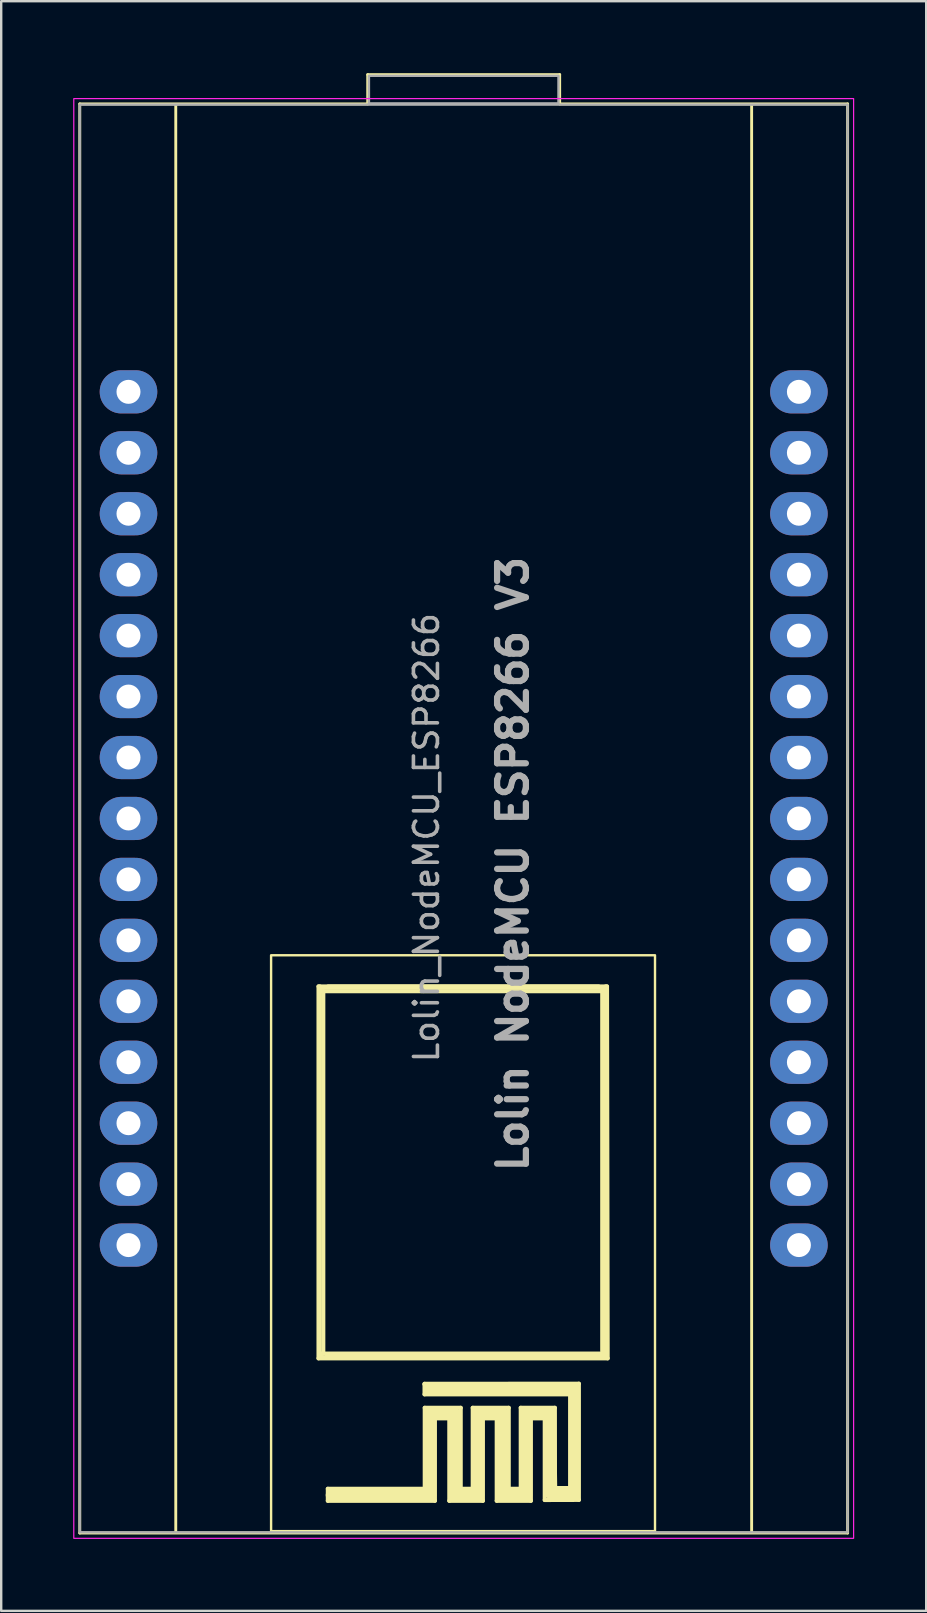
<source format=kicad_pcb>
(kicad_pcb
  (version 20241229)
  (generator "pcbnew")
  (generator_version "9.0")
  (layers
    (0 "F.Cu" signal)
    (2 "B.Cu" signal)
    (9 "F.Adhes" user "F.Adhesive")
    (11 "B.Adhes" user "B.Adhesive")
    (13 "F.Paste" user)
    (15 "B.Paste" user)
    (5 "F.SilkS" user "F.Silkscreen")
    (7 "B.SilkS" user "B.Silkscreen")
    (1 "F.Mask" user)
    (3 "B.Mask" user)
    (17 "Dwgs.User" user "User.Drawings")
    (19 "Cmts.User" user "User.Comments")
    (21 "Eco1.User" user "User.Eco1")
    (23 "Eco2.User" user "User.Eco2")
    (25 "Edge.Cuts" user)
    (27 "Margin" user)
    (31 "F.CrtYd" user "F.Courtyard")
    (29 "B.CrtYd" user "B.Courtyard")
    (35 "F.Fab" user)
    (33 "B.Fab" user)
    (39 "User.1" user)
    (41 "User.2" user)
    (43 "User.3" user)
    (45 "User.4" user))
  (footprint "Lolin_NodeMCU_ESP8266"
    (layer "F.Cu")
    (at 16.275 31.06)
    (property "Reference" "Lolin_NodeMCU_ESP8266" (at -1.55 0.8 90) (layer "F.Fab") (effects (font (size 1 1) (thickness 0.15))))
    (attr through_hole)
    (fp_line (start -16 -29.78) (end -16 29.78) (stroke (width 0.12) (type solid)) (layer "F.SilkS"))
    (fp_line (start -16 29.78) (end 16 29.78) (stroke (width 0.12) (type solid)) (layer "F.SilkS"))
    (fp_line (start -12 -29.75) (end -12 29.75) (stroke (width 0.12) (type solid)) (layer "F.SilkS"))
    (fp_line (start -6.051 7) (end -6.051 22.5) (stroke (width 0.17) (type solid)) (layer "F.SilkS"))
    (fp_line (start -6.051 7) (end 5.624 7) (stroke (width 0.17) (type solid)) (layer "F.SilkS"))
    (fp_line (start -6.051 22.5) (end 6 22.5) (stroke (width 0.17) (type solid)) (layer "F.SilkS"))
    (fp_line (start -6 7.2) (end 5.773 7.2) (stroke (width 0.17) (type solid)) (layer "F.SilkS"))
    (fp_line (start -6 22.4) (end -5.751 22.441) (stroke (width 0.12) (type solid)) (layer "F.SilkS"))
    (fp_line (start -5.992 7) (end -6 22.4) (stroke (width 0.17) (type solid)) (layer "F.SilkS"))
    (fp_line (start -5.851 22.3) (end -5.851 7.2) (stroke (width 0.17) (type solid)) (layer "F.SilkS"))
    (fp_line (start -5.751 22.441) (end 5.9 22.441) (stroke (width 0.17) (type solid)) (layer "F.SilkS"))
    (fp_line (start -5.663 27.936) (end -5.663 28.437) (stroke (width 0.17) (type solid)) (layer "F.SilkS"))
    (fp_line (start -5.663 28.437) (end -1.2 28.437) (stroke (width 0.17) (type solid)) (layer "F.SilkS"))
    (fp_line (start -4 -31) (end -4 -29.78) (stroke (width 0.12) (type solid)) (layer "F.SilkS"))
    (fp_line (start -4 -29.78) (end -16 -29.78) (stroke (width 0.12) (type solid)) (layer "F.SilkS"))
    (fp_line (start -1.632 23.561) (end -1.632 23.587) (stroke (width 0.17) (type solid)) (layer "F.SilkS"))
    (fp_line (start -1.632 23.587) (end -1.632 24) (stroke (width 0.17) (type solid)) (layer "F.SilkS"))
    (fp_line (start -1.632 24) (end 4.378 24) (stroke (width 0.17) (type solid)) (layer "F.SilkS"))
    (fp_line (start -1.624 24.561) (end -1.624 27.936) (stroke (width 0.17) (type solid)) (layer "F.SilkS"))
    (fp_line (start -1.624 27.936) (end -5.663 27.936) (stroke (width 0.17) (type solid)) (layer "F.SilkS"))
    (fp_line (start -1.4 23.8) (end 4.6 23.8) (stroke (width 0.5) (type solid)) (layer "F.SilkS"))
    (fp_line (start -1.4 24.8) (end -1.4 28.2) (stroke (width 0.5) (type solid)) (layer "F.SilkS"))
    (fp_line (start -1.4 28.2) (end -5.5 28.2) (stroke (width 0.5) (type solid)) (layer "F.SilkS"))
    (fp_line (start -1.2 28.437) (end -1.2 25.062) (stroke (width 0.17) (type solid)) (layer "F.SilkS"))
    (fp_line (start -1.124 25) (end -0.624 25) (stroke (width 0.17) (type solid)) (layer "F.SilkS"))
    (fp_line (start -0.6 25.062) (end -0.6 28.437) (stroke (width 0.17) (type solid)) (layer "F.SilkS"))
    (fp_line (start -0.6 28.437) (end 0.8 28.437) (stroke (width 0.17) (type solid)) (layer "F.SilkS"))
    (fp_line (start -0.4 24.8) (end -1.4 24.8) (stroke (width 0.5) (type solid)) (layer "F.SilkS"))
    (fp_line (start -0.4 28.2) (end -0.4 24.8) (stroke (width 0.5) (type solid)) (layer "F.SilkS"))
    (fp_line (start -0.124 24.561) (end -1.624 24.561) (stroke (width 0.17) (type solid)) (layer "F.SilkS"))
    (fp_line (start -0.124 27.936) (end -0.124 24.561) (stroke (width 0.17) (type solid)) (layer "F.SilkS"))
    (fp_line (start 0.376 24.561) (end 0.376 27.936) (stroke (width 0.17) (type solid)) (layer "F.SilkS"))
    (fp_line (start 0.376 27.936) (end -0.124 27.936) (stroke (width 0.17) (type solid)) (layer "F.SilkS"))
    (fp_line (start 0.6 24.8) (end 0.6 28.2) (stroke (width 0.5) (type solid)) (layer "F.SilkS"))
    (fp_line (start 0.6 28.2) (end -0.4 28.2) (stroke (width 0.5) (type solid)) (layer "F.SilkS"))
    (fp_line (start 0.8 28.437) (end 0.8 25.062) (stroke (width 0.17) (type solid)) (layer "F.SilkS"))
    (fp_line (start 0.877 25) (end 1.376 25) (stroke (width 0.17) (type solid)) (layer "F.SilkS"))
    (fp_line (start 1.376 25.062) (end 1.376 28.437) (stroke (width 0.17) (type solid)) (layer "F.SilkS"))
    (fp_line (start 1.376 28.437) (end 2.8 28.437) (stroke (width 0.17) (type solid)) (layer "F.SilkS"))
    (fp_line (start 1.6 24.8) (end 0.6 24.8) (stroke (width 0.5) (type solid)) (layer "F.SilkS"))
    (fp_line (start 1.6 28.2) (end 1.6 24.8) (stroke (width 0.5) (type solid)) (layer "F.SilkS"))
    (fp_line (start 1.877 24.561) (end 0.376 24.561) (stroke (width 0.17) (type solid)) (layer "F.SilkS"))
    (fp_line (start 1.877 27.936) (end 1.877 24.561) (stroke (width 0.17) (type solid)) (layer "F.SilkS"))
    (fp_line (start 2.377 24.561) (end 2.377 27.936) (stroke (width 0.17) (type solid)) (layer "F.SilkS"))
    (fp_line (start 2.377 27.936) (end 1.877 27.936) (stroke (width 0.17) (type solid)) (layer "F.SilkS"))
    (fp_line (start 2.6 24.8) (end 2.6 28.2) (stroke (width 0.5) (type solid)) (layer "F.SilkS"))
    (fp_line (start 2.6 28.2) (end 1.6 28.2) (stroke (width 0.5) (type solid)) (layer "F.SilkS"))
    (fp_line (start 2.8 28.437) (end 2.8 25.062) (stroke (width 0.17) (type solid)) (layer "F.SilkS"))
    (fp_line (start 2.878 25) (end 3.377 25) (stroke (width 0.17) (type solid)) (layer "F.SilkS"))
    (fp_line (start 3.377 25.062) (end 3.377 28.404) (stroke (width 0.17) (type solid)) (layer "F.SilkS"))
    (fp_line (start 3.377 28.404) (end 4.8 28.4) (stroke (width 0.17) (type solid)) (layer "F.SilkS"))
    (fp_line (start 3.5 24.8) (end 2.6 24.8) (stroke (width 0.5) (type solid)) (layer "F.SilkS"))
    (fp_line (start 3.6 24.9) (end 3.5 24.8) (stroke (width 0.12) (type solid)) (layer "F.SilkS"))
    (fp_line (start 3.65 28.05) (end 3.6 24.8) (stroke (width 0.5) (type solid)) (layer "F.SilkS"))
    (fp_line (start 3.8 24.561) (end 2.377 24.561) (stroke (width 0.17) (type solid)) (layer "F.SilkS"))
    (fp_line (start 3.8 27.904) (end 3.8 24.561) (stroke (width 0.17) (type solid)) (layer "F.SilkS"))
    (fp_line (start 4 -31) (end -4 -31) (stroke (width 0.12) (type solid)) (layer "F.SilkS"))
    (fp_line (start 4 -29.78) (end 4 -31) (stroke (width 0.12) (type solid)) (layer "F.SilkS"))
    (fp_line (start 4.378 27.904) (end 3.878 27.904) (stroke (width 0.17) (type solid)) (layer "F.SilkS"))
    (fp_line (start 4.5 24.061) (end 4.5 27.904) (stroke (width 0.17) (type solid)) (layer "F.SilkS"))
    (fp_line (start 4.6 23.8) (end 4.6 28.1) (stroke (width 0.5) (type solid)) (layer "F.SilkS"))
    (fp_line (start 4.6 28.1) (end 3.6 28.1) (stroke (width 0.5) (type solid)) (layer "F.SilkS"))
    (fp_line (start 4.8 23.556) (end -1.632 23.561) (stroke (width 0.17) (type solid)) (layer "F.SilkS"))
    (fp_line (start 4.8 28.4) (end 4.8 23.556) (stroke (width 0.17) (type solid)) (layer "F.SilkS"))
    (fp_line (start 5.773 7.059) (end -6 7.059) (stroke (width 0.17) (type solid)) (layer "F.SilkS"))
    (fp_line (start 5.773 7.1) (end 5.773 22.2) (stroke (width 0.17) (type solid)) (layer "F.SilkS"))
    (fp_line (start 5.915 22.3) (end -5.936 22.3) (stroke (width 0.17) (type solid)) (layer "F.SilkS"))
    (fp_line (start 5.915 22.3) (end 5.915 7) (stroke (width 0.17) (type solid)) (layer "F.SilkS"))
    (fp_line (start 5.973 7) (end -5.651 7) (stroke (width 0.17) (type solid)) (layer "F.SilkS"))
    (fp_line (start 6 22.5) (end 5.973 7) (stroke (width 0.17) (type solid)) (layer "F.SilkS"))
    (fp_line (start 12 -29.75) (end 12 29.75) (stroke (width 0.12) (type solid)) (layer "F.SilkS"))
    (fp_line (start 16 29.78) (end 16 -29.78) (stroke (width 0.12) (type solid)) (layer "F.SilkS"))
    (fp_line (start 16 -29.78) (end 4 -29.78) (stroke (width 0.12) (type solid)) (layer "F.SilkS"))
    (fp_rect (start -8.027 5.701) (end 7.973 29.701) (stroke (width 0.1) (type solid)) (fill no) (layer "F.SilkS"))
    (fp_rect (start -16.25 -30) (end 16.25 30) (stroke (width 0.05) (type solid)) (fill no) (layer "F.CrtYd"))
    (fp_rect (start -16 -29.75) (end 16 29.75) (stroke (width 0.1) (type solid)) (fill no) (layer "F.Fab"))
    (fp_rect (start -3.95 -30.95) (end 3.95 -29.8) (stroke (width 0.1) (type solid)) (fill no) (layer "F.Fab"))
    (fp_text user "Lolin NodeMCU ESP8266 V3" (at 2.05 1.9 90) (unlocked yes) (layer "F.Fab") (effects (font (size 1.2 1.2) (thickness 0.26))))
    (pad "1" thru_hole oval (at -13.97 -17.78 270) (size 1.8 2.4) (drill 1) (layers "*.Cu" "*.Mask"))
    (pad "2" thru_hole oval (at -13.97 -15.24 270) (size 1.8 2.4) (drill 1) (layers "*.Cu" "*.Mask"))
    (pad "3" thru_hole oval (at -13.97 -12.7 270) (size 1.8 2.4) (drill 1) (layers "*.Cu" "*.Mask"))
    (pad "4" thru_hole oval (at -13.97 -10.16 270) (size 1.8 2.4) (drill 1) (layers "*.Cu" "*.Mask"))
    (pad "5" thru_hole oval (at -13.97 -7.62 270) (size 1.8 2.4) (drill 1) (layers "*.Cu" "*.Mask"))
    (pad "6" thru_hole oval (at -13.97 -5.08 270) (size 1.8 2.4) (drill 1) (layers "*.Cu" "*.Mask"))
    (pad "7" thru_hole oval (at -13.97 -2.54 270) (size 1.8 2.4) (drill 1) (layers "*.Cu" "*.Mask"))
    (pad "8" thru_hole oval (at -13.97 0 270) (size 1.8 2.4) (drill 1) (layers "*.Cu" "*.Mask"))
    (pad "9" thru_hole oval (at -13.97 2.54 270) (size 1.8 2.4) (drill 1) (layers "*.Cu" "*.Mask"))
    (pad "10" thru_hole oval (at -13.97 5.08 270) (size 1.8 2.4) (drill 1) (layers "*.Cu" "*.Mask"))
    (pad "11" thru_hole oval (at -13.97 7.62 270) (size 1.8 2.4) (drill 1) (layers "*.Cu" "*.Mask"))
    (pad "12" thru_hole oval (at -13.97 10.16 270) (size 1.8 2.4) (drill 1) (layers "*.Cu" "*.Mask"))
    (pad "13" thru_hole oval (at -13.97 12.7 270) (size 1.8 2.4) (drill 1) (layers "*.Cu" "*.Mask"))
    (pad "14" thru_hole oval (at -13.97 15.24 270) (size 1.8 2.4) (drill 1) (layers "*.Cu" "*.Mask"))
    (pad "15" thru_hole oval (at -13.97 17.78 270) (size 1.8 2.4) (drill 1) (layers "*.Cu" "*.Mask"))
    (pad "16" thru_hole oval (at 13.97 17.78 270) (size 1.8 2.4) (drill 1) (layers "*.Cu" "*.Mask"))
    (pad "17" thru_hole oval (at 13.97 15.24 270) (size 1.8 2.4) (drill 1) (layers "*.Cu" "*.Mask"))
    (pad "18" thru_hole oval (at 13.97 12.7 270) (size 1.8 2.4) (drill 1) (layers "*.Cu" "*.Mask"))
    (pad "19" thru_hole oval (at 13.97 10.16 270) (size 1.8 2.4) (drill 1) (layers "*.Cu" "*.Mask"))
    (pad "20" thru_hole oval (at 13.97 7.62 270) (size 1.8 2.4) (drill 1) (layers "*.Cu" "*.Mask"))
    (pad "21" thru_hole oval (at 13.97 5.08 270) (size 1.8 2.4) (drill 1) (layers "*.Cu" "*.Mask"))
    (pad "22" thru_hole oval (at 13.97 2.54 270) (size 1.8 2.4) (drill 1) (layers "*.Cu" "*.Mask"))
    (pad "23" thru_hole oval (at 13.97 0 270) (size 1.8 2.4) (drill 1) (layers "*.Cu" "*.Mask"))
    (pad "24" thru_hole oval (at 13.97 -2.54 270) (size 1.8 2.4) (drill 1) (layers "*.Cu" "*.Mask"))
    (pad "25" thru_hole oval (at 13.97 -5.08 270) (size 1.8 2.4) (drill 1) (layers "*.Cu" "*.Mask"))
    (pad "26" thru_hole oval (at 13.97 -7.62 270) (size 1.8 2.4) (drill 1) (layers "*.Cu" "*.Mask"))
    (pad "27" thru_hole oval (at 13.97 -10.16 270) (size 1.8 2.4) (drill 1) (layers "*.Cu" "*.Mask"))
    (pad "28" thru_hole oval (at 13.97 -12.7 270) (size 1.8 2.4) (drill 1) (layers "*.Cu" "*.Mask"))
    (pad "29" thru_hole oval (at 13.97 -15.24 270) (size 1.8 2.4) (drill 1) (layers "*.Cu" "*.Mask"))
    (pad "30" thru_hole oval (at 13.97 -17.78 270) (size 1.8 2.4) (drill 1) (layers "*.Cu" "*.Mask")))
  (gr_rect
    (start -3 -3)
    (end 35.55 64.085)
    (stroke (width 0.1) (type default))
    (fill no)
    (layer "Edge.Cuts")))
</source>
